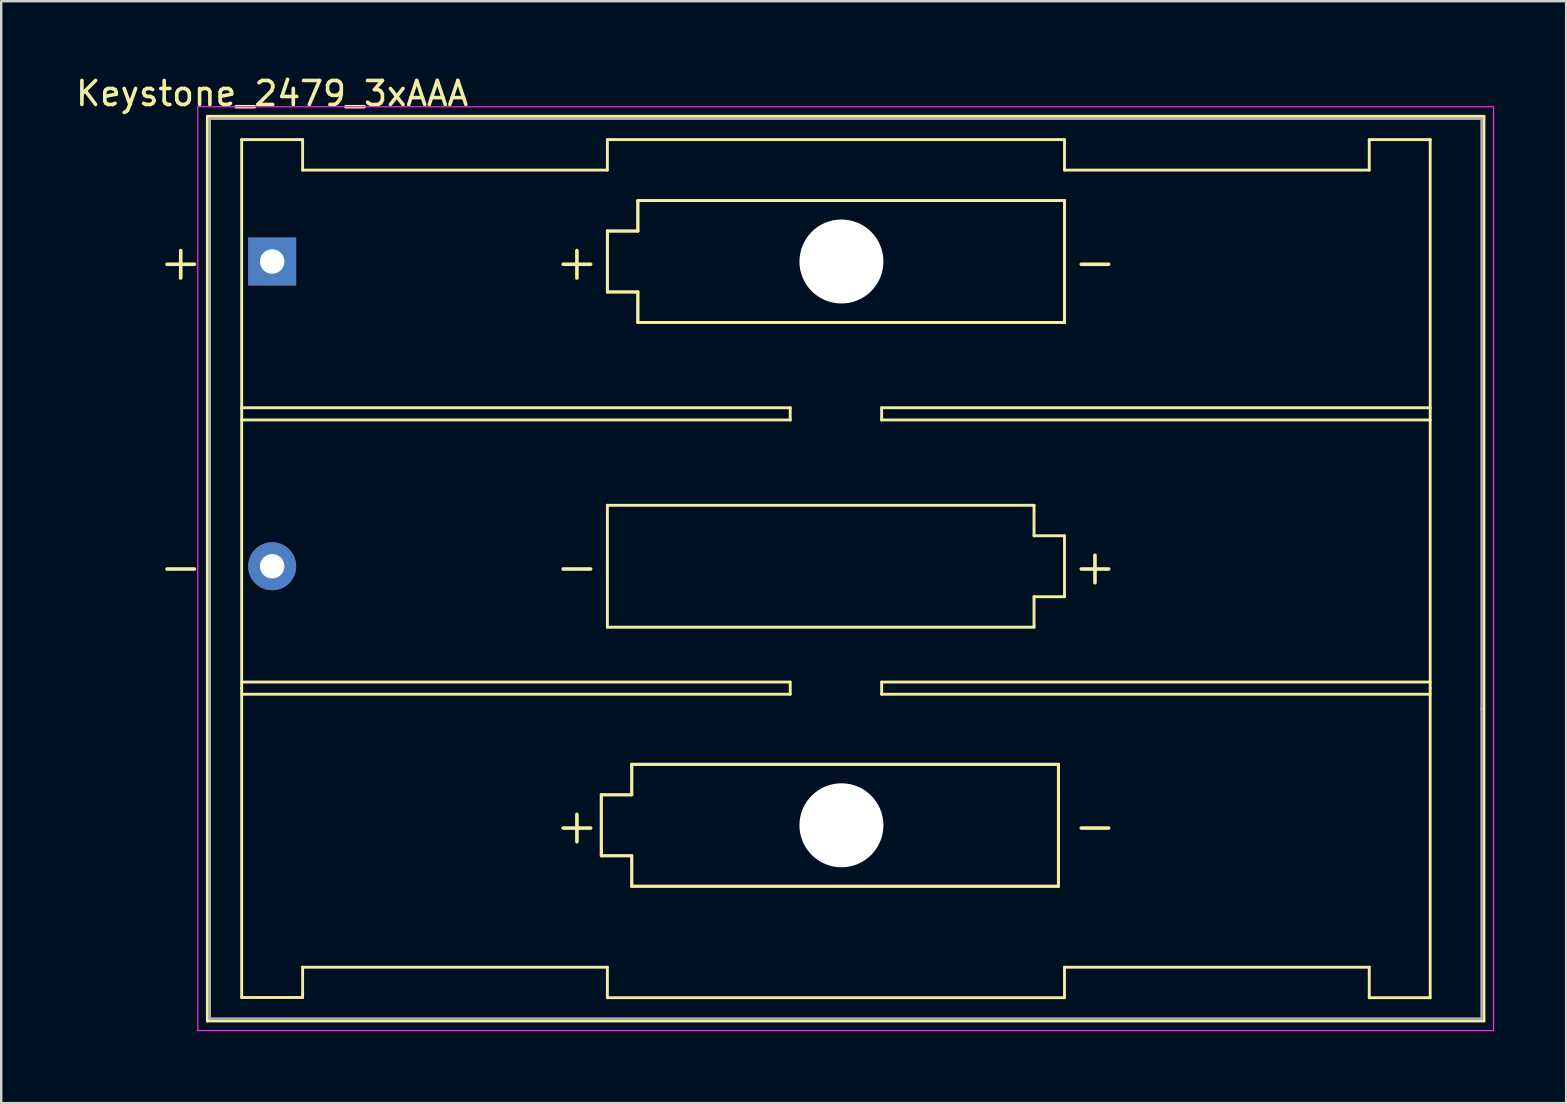
<source format=kicad_pcb>
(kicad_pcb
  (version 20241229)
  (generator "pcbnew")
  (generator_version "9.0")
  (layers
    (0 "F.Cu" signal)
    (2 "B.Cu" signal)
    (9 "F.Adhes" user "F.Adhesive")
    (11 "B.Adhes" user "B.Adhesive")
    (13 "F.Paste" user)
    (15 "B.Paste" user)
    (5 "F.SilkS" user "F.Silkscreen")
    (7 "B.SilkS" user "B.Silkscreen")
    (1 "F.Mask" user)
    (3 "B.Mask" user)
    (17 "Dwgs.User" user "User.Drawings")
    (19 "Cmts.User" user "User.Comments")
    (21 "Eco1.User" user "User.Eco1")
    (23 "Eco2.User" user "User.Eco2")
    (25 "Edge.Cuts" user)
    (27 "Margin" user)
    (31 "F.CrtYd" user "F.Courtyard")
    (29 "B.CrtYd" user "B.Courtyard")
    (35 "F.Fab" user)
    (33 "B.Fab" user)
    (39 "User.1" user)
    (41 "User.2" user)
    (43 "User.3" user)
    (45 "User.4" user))
  (footprint "Keystone_2479_3xAAA"
    (layer "F.Cu")
    (at 8.292 7.848)
    (property "Reference" "Keystone_2479_3xAAA" (at 0 -7 180) (layer "F.SilkS") (effects (font (size 1 1) (thickness 0.15))))
    (attr through_hole)
    (fp_line (start -2.7 -6.05) (end -2.7 31.65) (stroke (width 0.12) (type solid)) (layer "F.SilkS"))
    (fp_line (start -2.7 31.65) (end 50.5 31.65) (stroke (width 0.12) (type solid)) (layer "F.SilkS"))
    (fp_line (start -1.27 -5.08) (end -1.27 17.78) (stroke (width 0.12) (type solid)) (layer "F.SilkS"))
    (fp_line (start -1.27 6.096) (end 21.59 6.096) (stroke (width 0.12) (type solid)) (layer "F.SilkS"))
    (fp_line (start -1.27 17.526) (end 21.59 17.526) (stroke (width 0.12) (type solid)) (layer "F.SilkS"))
    (fp_line (start -1.27 17.78) (end -1.27 30.671) (stroke (width 0.12) (type solid)) (layer "F.SilkS"))
    (fp_line (start -1.27 30.671) (end 1.27 30.671) (stroke (width 0.12) (type solid)) (layer "F.SilkS"))
    (fp_line (start 1.27 -5.08) (end -1.27 -5.08) (stroke (width 0.12) (type solid)) (layer "F.SilkS"))
    (fp_line (start 1.27 -3.81) (end 1.27 -5.08) (stroke (width 0.12) (type solid)) (layer "F.SilkS"))
    (fp_line (start 1.27 -3.81) (end 13.97 -3.81) (stroke (width 0.12) (type solid)) (layer "F.SilkS"))
    (fp_line (start 1.27 29.41) (end 13.97 29.41) (stroke (width 0.12) (type solid)) (layer "F.SilkS"))
    (fp_line (start 1.27 30.671) (end 1.27 29.41) (stroke (width 0.12) (type solid)) (layer "F.SilkS"))
    (fp_line (start 13.716 22.225) (end 14.986 22.225) (stroke (width 0.12) (type solid)) (layer "F.SilkS"))
    (fp_line (start 13.716 22.225) (end 14.986 22.225) (stroke (width 0.12) (type solid)) (layer "F.SilkS"))
    (fp_line (start 13.716 24.765) (end 13.716 22.225) (stroke (width 0.12) (type solid)) (layer "F.SilkS"))
    (fp_line (start 13.716 24.765) (end 13.716 22.225) (stroke (width 0.12) (type solid)) (layer "F.SilkS"))
    (fp_line (start 13.97 -5.08) (end 13.97 -3.81) (stroke (width 0.12) (type solid)) (layer "F.SilkS"))
    (fp_line (start 13.97 -1.27) (end 15.24 -1.27) (stroke (width 0.12) (type solid)) (layer "F.SilkS"))
    (fp_line (start 13.97 -1.27) (end 15.24 -1.27) (stroke (width 0.12) (type solid)) (layer "F.SilkS"))
    (fp_line (start 13.97 1.27) (end 13.97 -1.27) (stroke (width 0.12) (type solid)) (layer "F.SilkS"))
    (fp_line (start 13.97 1.27) (end 13.97 -1.27) (stroke (width 0.12) (type solid)) (layer "F.SilkS"))
    (fp_line (start 13.97 10.16) (end 31.75 10.16) (stroke (width 0.12) (type solid)) (layer "F.SilkS"))
    (fp_line (start 13.97 15.24) (end 13.97 10.16) (stroke (width 0.12) (type solid)) (layer "F.SilkS"))
    (fp_line (start 13.97 29.41) (end 13.97 30.68) (stroke (width 0.12) (type solid)) (layer "F.SilkS"))
    (fp_line (start 13.97 30.68) (end 33.02 30.68) (stroke (width 0.12) (type solid)) (layer "F.SilkS"))
    (fp_line (start 14.986 20.955) (end 32.766 20.955) (stroke (width 0.12) (type solid)) (layer "F.SilkS"))
    (fp_line (start 14.986 20.955) (end 32.766 20.955) (stroke (width 0.12) (type solid)) (layer "F.SilkS"))
    (fp_line (start 14.986 22.225) (end 14.986 20.955) (stroke (width 0.12) (type solid)) (layer "F.SilkS"))
    (fp_line (start 14.986 22.225) (end 14.986 20.955) (stroke (width 0.12) (type solid)) (layer "F.SilkS"))
    (fp_line (start 14.986 24.765) (end 13.716 24.765) (stroke (width 0.12) (type solid)) (layer "F.SilkS"))
    (fp_line (start 14.986 24.765) (end 13.716 24.765) (stroke (width 0.12) (type solid)) (layer "F.SilkS"))
    (fp_line (start 14.986 26.035) (end 14.986 24.765) (stroke (width 0.12) (type solid)) (layer "F.SilkS"))
    (fp_line (start 14.986 26.035) (end 14.986 24.765) (stroke (width 0.12) (type solid)) (layer "F.SilkS"))
    (fp_line (start 15.24 -2.54) (end 33.02 -2.54) (stroke (width 0.12) (type solid)) (layer "F.SilkS"))
    (fp_line (start 15.24 -2.54) (end 33.02 -2.54) (stroke (width 0.12) (type solid)) (layer "F.SilkS"))
    (fp_line (start 15.24 -1.27) (end 15.24 -2.54) (stroke (width 0.12) (type solid)) (layer "F.SilkS"))
    (fp_line (start 15.24 -1.27) (end 15.24 -2.54) (stroke (width 0.12) (type solid)) (layer "F.SilkS"))
    (fp_line (start 15.24 1.27) (end 13.97 1.27) (stroke (width 0.12) (type solid)) (layer "F.SilkS"))
    (fp_line (start 15.24 1.27) (end 13.97 1.27) (stroke (width 0.12) (type solid)) (layer "F.SilkS"))
    (fp_line (start 15.24 2.54) (end 15.24 1.27) (stroke (width 0.12) (type solid)) (layer "F.SilkS"))
    (fp_line (start 15.24 2.54) (end 15.24 1.27) (stroke (width 0.12) (type solid)) (layer "F.SilkS"))
    (fp_line (start 21.59 6.096) (end 21.59 6.604) (stroke (width 0.12) (type solid)) (layer "F.SilkS"))
    (fp_line (start 21.59 6.604) (end -1.27 6.604) (stroke (width 0.12) (type solid)) (layer "F.SilkS"))
    (fp_line (start 21.59 17.526) (end 21.59 18.034) (stroke (width 0.12) (type solid)) (layer "F.SilkS"))
    (fp_line (start 21.59 18.034) (end -1.27 18.034) (stroke (width 0.12) (type solid)) (layer "F.SilkS"))
    (fp_line (start 25.4 6.096) (end 25.4 6.604) (stroke (width 0.12) (type solid)) (layer "F.SilkS"))
    (fp_line (start 25.4 6.604) (end 48.26 6.604) (stroke (width 0.12) (type solid)) (layer "F.SilkS"))
    (fp_line (start 25.4 17.526) (end 25.4 18.034) (stroke (width 0.12) (type solid)) (layer "F.SilkS"))
    (fp_line (start 25.4 18.034) (end 48.26 18.034) (stroke (width 0.12) (type solid)) (layer "F.SilkS"))
    (fp_line (start 31.75 10.16) (end 31.75 11.43) (stroke (width 0.12) (type solid)) (layer "F.SilkS"))
    (fp_line (start 31.75 11.43) (end 33.02 11.43) (stroke (width 0.12) (type solid)) (layer "F.SilkS"))
    (fp_line (start 31.75 13.97) (end 31.75 15.24) (stroke (width 0.12) (type solid)) (layer "F.SilkS"))
    (fp_line (start 31.75 15.24) (end 13.97 15.24) (stroke (width 0.12) (type solid)) (layer "F.SilkS"))
    (fp_line (start 32.766 20.955) (end 32.766 22.225) (stroke (width 0.12) (type solid)) (layer "F.SilkS"))
    (fp_line (start 32.766 20.955) (end 32.766 22.225) (stroke (width 0.12) (type solid)) (layer "F.SilkS"))
    (fp_line (start 32.766 22.225) (end 32.766 26.035) (stroke (width 0.12) (type solid)) (layer "F.SilkS"))
    (fp_line (start 32.766 22.225) (end 32.766 26.035) (stroke (width 0.12) (type solid)) (layer "F.SilkS"))
    (fp_line (start 32.766 26.035) (end 14.986 26.035) (stroke (width 0.12) (type solid)) (layer "F.SilkS"))
    (fp_line (start 32.766 26.035) (end 14.986 26.035) (stroke (width 0.12) (type solid)) (layer "F.SilkS"))
    (fp_line (start 33.02 -5.08) (end 13.97 -5.08) (stroke (width 0.12) (type solid)) (layer "F.SilkS"))
    (fp_line (start 33.02 -3.81) (end 33.02 -5.08) (stroke (width 0.12) (type solid)) (layer "F.SilkS"))
    (fp_line (start 33.02 -2.54) (end 33.02 -1.27) (stroke (width 0.12) (type solid)) (layer "F.SilkS"))
    (fp_line (start 33.02 -2.54) (end 33.02 -1.27) (stroke (width 0.12) (type solid)) (layer "F.SilkS"))
    (fp_line (start 33.02 -1.27) (end 33.02 2.54) (stroke (width 0.12) (type solid)) (layer "F.SilkS"))
    (fp_line (start 33.02 -1.27) (end 33.02 2.54) (stroke (width 0.12) (type solid)) (layer "F.SilkS"))
    (fp_line (start 33.02 2.54) (end 15.24 2.54) (stroke (width 0.12) (type solid)) (layer "F.SilkS"))
    (fp_line (start 33.02 2.54) (end 15.24 2.54) (stroke (width 0.12) (type solid)) (layer "F.SilkS"))
    (fp_line (start 33.02 11.43) (end 33.02 13.97) (stroke (width 0.12) (type solid)) (layer "F.SilkS"))
    (fp_line (start 33.02 13.97) (end 31.75 13.97) (stroke (width 0.12) (type solid)) (layer "F.SilkS"))
    (fp_line (start 33.02 30.68) (end 33.02 29.41) (stroke (width 0.12) (type solid)) (layer "F.SilkS"))
    (fp_line (start 45.72 -5.08) (end 45.72 -3.81) (stroke (width 0.12) (type solid)) (layer "F.SilkS"))
    (fp_line (start 45.72 -3.81) (end 33.02 -3.81) (stroke (width 0.12) (type solid)) (layer "F.SilkS"))
    (fp_line (start 45.72 29.41) (end 33.02 29.41) (stroke (width 0.12) (type solid)) (layer "F.SilkS"))
    (fp_line (start 45.72 30.68) (end 45.72 29.41) (stroke (width 0.12) (type solid)) (layer "F.SilkS"))
    (fp_line (start 48.26 -5.08) (end 45.72 -5.08) (stroke (width 0.12) (type solid)) (layer "F.SilkS"))
    (fp_line (start 48.26 -5.08) (end 48.26 17.78) (stroke (width 0.12) (type solid)) (layer "F.SilkS"))
    (fp_line (start 48.26 6.096) (end 25.4 6.096) (stroke (width 0.12) (type solid)) (layer "F.SilkS"))
    (fp_line (start 48.26 17.526) (end 25.4 17.526) (stroke (width 0.12) (type solid)) (layer "F.SilkS"))
    (fp_line (start 48.26 17.78) (end 48.26 30.68) (stroke (width 0.12) (type solid)) (layer "F.SilkS"))
    (fp_line (start 48.26 30.68) (end 45.72 30.68) (stroke (width 0.12) (type solid)) (layer "F.SilkS"))
    (fp_line (start 50.5 -6.05) (end -2.7 -6.05) (stroke (width 0.12) (type solid)) (layer "F.SilkS"))
    (fp_line (start 50.5 31.65) (end 50.5 -6.05) (stroke (width 0.12) (type solid)) (layer "F.SilkS"))
    (fp_line (start -3.1 -6.45) (end 50.9 -6.45) (stroke (width 0.05) (type solid)) (layer "F.CrtYd"))
    (fp_line (start -3.1 32.05) (end -3.1 -6.45) (stroke (width 0.05) (type solid)) (layer "F.CrtYd"))
    (fp_line (start 50.9 -6.45) (end 50.9 32.05) (stroke (width 0.05) (type solid)) (layer "F.CrtYd"))
    (fp_line (start 50.9 32.05) (end -3.1 32.05) (stroke (width 0.05) (type solid)) (layer "F.CrtYd"))
    (fp_line (start -2.6 -5.95) (end 50.4 -5.95) (stroke (width 0.1) (type solid)) (layer "F.Fab"))
    (fp_line (start -2.6 6.35) (end -2.6 -5.95) (stroke (width 0.1) (type solid)) (layer "F.Fab"))
    (fp_line (start -2.6 18.65) (end -2.6 6.35) (stroke (width 0.1) (type solid)) (layer "F.Fab"))
    (fp_line (start -2.6 18.65) (end -2.6 31.55) (stroke (width 0.1) (type solid)) (layer "F.Fab"))
    (fp_line (start -2.6 31.55) (end 50.4 31.55) (stroke (width 0.1) (type solid)) (layer "F.Fab"))
    (fp_line (start 50.4 18.65) (end 50.4 -5.95) (stroke (width 0.1) (type solid)) (layer "F.Fab"))
    (fp_line (start 50.4 18.65) (end 50.4 31.55) (stroke (width 0.1) (type solid)) (layer "F.Fab"))
    (fp_text user "+" (at -3.81 0 0) (layer "F.SilkS") (effects (font (size 1.5 1.5) (thickness 0.15))))
    (fp_text user "-" (at 34.29 23.495 0) (layer "F.SilkS") (effects (font (size 1.5 1.5) (thickness 0.15))))
    (fp_text user "-" (at 12.7 12.7 0) (layer "F.SilkS") (effects (font (size 1.5 1.5) (thickness 0.15))))
    (fp_text user "+" (at 34.29 12.7 0) (layer "F.SilkS") (effects (font (size 1.5 1.5) (thickness 0.15))))
    (fp_text user "-" (at 34.29 0 0) (layer "F.SilkS") (effects (font (size 1.5 1.5) (thickness 0.15))))
    (fp_text user "+" (at 12.7 0 0) (layer "F.SilkS") (effects (font (size 1.5 1.5) (thickness 0.15))))
    (fp_text user "-" (at -3.81 12.7 0) (layer "F.SilkS") (effects (font (size 1.5 1.5) (thickness 0.15))))
    (fp_text user "+" (at 12.7 23.495 0) (layer "F.SilkS") (effects (font (size 1.5 1.5) (thickness 0.15))))
    (pad "" np_thru_hole circle (at 23.724 0) (size 3.5 3.5) (drill 3.5) (layers "*.Cu" "*.Mask"))
    (pad "" np_thru_hole circle (at 23.724 23.495) (size 3.5 3.5) (drill 3.5) (layers "*.Cu" "*.Mask"))
    (pad "1" thru_hole rect (at 0 0) (size 2 2) (drill 1.02) (layers "*.Cu" "*.Mask"))
    (pad "2" thru_hole circle (at 0 12.7) (size 2 2) (drill 1.02) (layers "*.Cu" "*.Mask")))
  (gr_rect
    (start -3 -3)
    (end 62.217 42.923)
    (stroke (width 0.1) (type default))
    (fill no)
    (layer "Edge.Cuts")))
</source>
